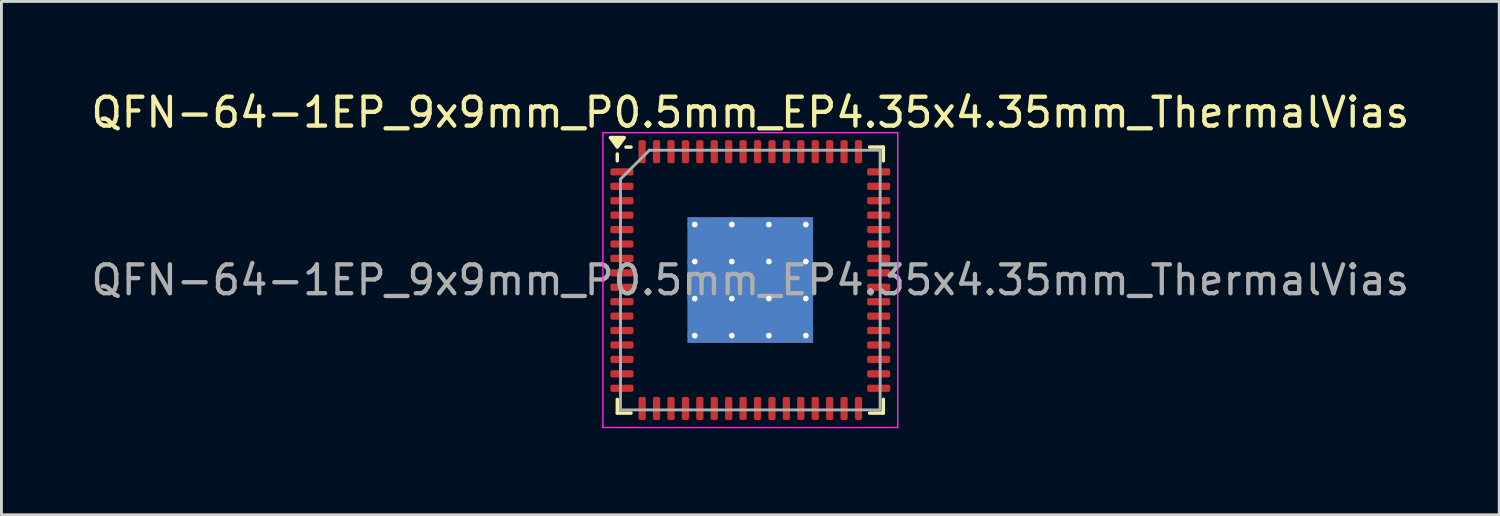
<source format=kicad_pcb>
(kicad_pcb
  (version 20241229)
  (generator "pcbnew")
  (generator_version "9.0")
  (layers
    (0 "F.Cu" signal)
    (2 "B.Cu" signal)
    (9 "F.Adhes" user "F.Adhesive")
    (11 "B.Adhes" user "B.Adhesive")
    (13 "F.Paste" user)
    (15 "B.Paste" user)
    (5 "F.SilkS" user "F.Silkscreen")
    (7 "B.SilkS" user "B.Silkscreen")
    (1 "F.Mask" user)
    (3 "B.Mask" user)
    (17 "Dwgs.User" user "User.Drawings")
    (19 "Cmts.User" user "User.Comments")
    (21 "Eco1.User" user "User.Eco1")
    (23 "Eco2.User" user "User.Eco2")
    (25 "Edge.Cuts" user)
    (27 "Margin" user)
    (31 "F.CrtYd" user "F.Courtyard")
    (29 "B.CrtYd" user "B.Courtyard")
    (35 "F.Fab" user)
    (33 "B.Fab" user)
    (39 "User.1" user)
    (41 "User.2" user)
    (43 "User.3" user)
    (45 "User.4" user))
  (footprint "QFN-64-1EP_9x9mm_P0.5mm_EP4.35x4.35mm_ThermalVias"
    (layer "F.Cu")
    (at 22.958 6.658)
    (property "Reference" "QFN-64-1EP_9x9mm_P0.5mm_EP4.35x4.35mm_ThermalVias" (at 0 -5.81 0) (layer "F.SilkS") (effects (font (size 1 1) (thickness 0.15))))
    (attr smd)
    (fp_line (start -4.61 -4.135) (end -4.61 -4.37) (stroke (width 0.12) (type solid)) (layer "F.SilkS"))
    (fp_line (start -4.61 4.61) (end -4.61 4.135) (stroke (width 0.12) (type solid)) (layer "F.SilkS"))
    (fp_line (start -4.135 -4.61) (end -4.31 -4.61) (stroke (width 0.12) (type solid)) (layer "F.SilkS"))
    (fp_line (start -4.135 4.61) (end -4.61 4.61) (stroke (width 0.12) (type solid)) (layer "F.SilkS"))
    (fp_line (start 4.135 -4.61) (end 4.61 -4.61) (stroke (width 0.12) (type solid)) (layer "F.SilkS"))
    (fp_line (start 4.135 4.61) (end 4.61 4.61) (stroke (width 0.12) (type solid)) (layer "F.SilkS"))
    (fp_line (start 4.61 -4.61) (end 4.61 -4.135) (stroke (width 0.12) (type solid)) (layer "F.SilkS"))
    (fp_line (start 4.61 4.61) (end 4.61 4.135) (stroke (width 0.12) (type solid)) (layer "F.SilkS"))
    (fp_poly (pts (xy -4.61 -4.61) (xy -4.85 -4.94) (xy -4.37 -4.94) (xy -4.61 -4.61)) (stroke (width 0.12) (type solid)) (fill yes) (layer "F.SilkS"))
    (fp_line (start -5.11 -5.11) (end -5.11 5.11) (stroke (width 0.05) (type solid)) (layer "F.CrtYd"))
    (fp_line (start -5.11 5.11) (end 5.11 5.11) (stroke (width 0.05) (type solid)) (layer "F.CrtYd"))
    (fp_line (start 5.11 -5.11) (end -5.11 -5.11) (stroke (width 0.05) (type solid)) (layer "F.CrtYd"))
    (fp_line (start 5.11 5.11) (end 5.11 -5.11) (stroke (width 0.05) (type solid)) (layer "F.CrtYd"))
    (fp_line (start -4.5 -3.5) (end -3.5 -4.5) (stroke (width 0.1) (type solid)) (layer "F.Fab"))
    (fp_line (start -4.5 4.5) (end -4.5 -3.5) (stroke (width 0.1) (type solid)) (layer "F.Fab"))
    (fp_line (start -3.5 -4.5) (end 4.5 -4.5) (stroke (width 0.1) (type solid)) (layer "F.Fab"))
    (fp_line (start 4.5 -4.5) (end 4.5 4.5) (stroke (width 0.1) (type solid)) (layer "F.Fab"))
    (fp_line (start 4.5 4.5) (end -4.5 4.5) (stroke (width 0.1) (type solid)) (layer "F.Fab"))
    (fp_text user "${REFERENCE}" (at 0 0 0) (layer "F.Fab") (effects (font (size 1 1) (thickness 0.15))))
    (pad "" smd roundrect (at -1.283 -1.283) (size 1.123 1.123) (layers "F.Paste") (roundrect_rratio 0.223))
    (pad "" smd roundrect (at -1.283 0) (size 1.123 1.123) (layers "F.Paste") (roundrect_rratio 0.223))
    (pad "" smd roundrect (at -1.283 1.283) (size 1.123 1.123) (layers "F.Paste") (roundrect_rratio 0.223))
    (pad "" smd roundrect (at 0 -1.283) (size 1.123 1.123) (layers "F.Paste") (roundrect_rratio 0.223))
    (pad "" smd roundrect (at 0 0) (size 1.123 1.123) (layers "F.Paste") (roundrect_rratio 0.223))
    (pad "" smd roundrect (at 0 1.283) (size 1.123 1.123) (layers "F.Paste") (roundrect_rratio 0.223))
    (pad "" smd roundrect (at 1.283 -1.283) (size 1.123 1.123) (layers "F.Paste") (roundrect_rratio 0.223))
    (pad "" smd roundrect (at 1.283 0) (size 1.123 1.123) (layers "F.Paste") (roundrect_rratio 0.223))
    (pad "" smd roundrect (at 1.283 1.283) (size 1.123 1.123) (layers "F.Paste") (roundrect_rratio 0.223))
    (pad "1" smd roundrect (at -4.45 -3.75) (size 0.8 0.25) (layers "F.Cu" "F.Mask" "F.Paste") (roundrect_rratio 0.25))
    (pad "2" smd roundrect (at -4.45 -3.25) (size 0.8 0.25) (layers "F.Cu" "F.Mask" "F.Paste") (roundrect_rratio 0.25))
    (pad "3" smd roundrect (at -4.45 -2.75) (size 0.8 0.25) (layers "F.Cu" "F.Mask" "F.Paste") (roundrect_rratio 0.25))
    (pad "4" smd roundrect (at -4.45 -2.25) (size 0.8 0.25) (layers "F.Cu" "F.Mask" "F.Paste") (roundrect_rratio 0.25))
    (pad "5" smd roundrect (at -4.45 -1.75) (size 0.8 0.25) (layers "F.Cu" "F.Mask" "F.Paste") (roundrect_rratio 0.25))
    (pad "6" smd roundrect (at -4.45 -1.25) (size 0.8 0.25) (layers "F.Cu" "F.Mask" "F.Paste") (roundrect_rratio 0.25))
    (pad "7" smd roundrect (at -4.45 -0.75) (size 0.8 0.25) (layers "F.Cu" "F.Mask" "F.Paste") (roundrect_rratio 0.25))
    (pad "8" smd roundrect (at -4.45 -0.25) (size 0.8 0.25) (layers "F.Cu" "F.Mask" "F.Paste") (roundrect_rratio 0.25))
    (pad "9" smd roundrect (at -4.45 0.25) (size 0.8 0.25) (layers "F.Cu" "F.Mask" "F.Paste") (roundrect_rratio 0.25))
    (pad "10" smd roundrect (at -4.45 0.75) (size 0.8 0.25) (layers "F.Cu" "F.Mask" "F.Paste") (roundrect_rratio 0.25))
    (pad "11" smd roundrect (at -4.45 1.25) (size 0.8 0.25) (layers "F.Cu" "F.Mask" "F.Paste") (roundrect_rratio 0.25))
    (pad "12" smd roundrect (at -4.45 1.75) (size 0.8 0.25) (layers "F.Cu" "F.Mask" "F.Paste") (roundrect_rratio 0.25))
    (pad "13" smd roundrect (at -4.45 2.25) (size 0.8 0.25) (layers "F.Cu" "F.Mask" "F.Paste") (roundrect_rratio 0.25))
    (pad "14" smd roundrect (at -4.45 2.75) (size 0.8 0.25) (layers "F.Cu" "F.Mask" "F.Paste") (roundrect_rratio 0.25))
    (pad "15" smd roundrect (at -4.45 3.25) (size 0.8 0.25) (layers "F.Cu" "F.Mask" "F.Paste") (roundrect_rratio 0.25))
    (pad "16" smd roundrect (at -4.45 3.75) (size 0.8 0.25) (layers "F.Cu" "F.Mask" "F.Paste") (roundrect_rratio 0.25))
    (pad "17" smd roundrect (at -3.75 4.45) (size 0.25 0.8) (layers "F.Cu" "F.Mask" "F.Paste") (roundrect_rratio 0.25))
    (pad "18" smd roundrect (at -3.25 4.45) (size 0.25 0.8) (layers "F.Cu" "F.Mask" "F.Paste") (roundrect_rratio 0.25))
    (pad "19" smd roundrect (at -2.75 4.45) (size 0.25 0.8) (layers "F.Cu" "F.Mask" "F.Paste") (roundrect_rratio 0.25))
    (pad "20" smd roundrect (at -2.25 4.45) (size 0.25 0.8) (layers "F.Cu" "F.Mask" "F.Paste") (roundrect_rratio 0.25))
    (pad "21" smd roundrect (at -1.75 4.45) (size 0.25 0.8) (layers "F.Cu" "F.Mask" "F.Paste") (roundrect_rratio 0.25))
    (pad "22" smd roundrect (at -1.25 4.45) (size 0.25 0.8) (layers "F.Cu" "F.Mask" "F.Paste") (roundrect_rratio 0.25))
    (pad "23" smd roundrect (at -0.75 4.45) (size 0.25 0.8) (layers "F.Cu" "F.Mask" "F.Paste") (roundrect_rratio 0.25))
    (pad "24" smd roundrect (at -0.25 4.45) (size 0.25 0.8) (layers "F.Cu" "F.Mask" "F.Paste") (roundrect_rratio 0.25))
    (pad "25" smd roundrect (at 0.25 4.45) (size 0.25 0.8) (layers "F.Cu" "F.Mask" "F.Paste") (roundrect_rratio 0.25))
    (pad "26" smd roundrect (at 0.75 4.45) (size 0.25 0.8) (layers "F.Cu" "F.Mask" "F.Paste") (roundrect_rratio 0.25))
    (pad "27" smd roundrect (at 1.25 4.45) (size 0.25 0.8) (layers "F.Cu" "F.Mask" "F.Paste") (roundrect_rratio 0.25))
    (pad "28" smd roundrect (at 1.75 4.45) (size 0.25 0.8) (layers "F.Cu" "F.Mask" "F.Paste") (roundrect_rratio 0.25))
    (pad "29" smd roundrect (at 2.25 4.45) (size 0.25 0.8) (layers "F.Cu" "F.Mask" "F.Paste") (roundrect_rratio 0.25))
    (pad "30" smd roundrect (at 2.75 4.45) (size 0.25 0.8) (layers "F.Cu" "F.Mask" "F.Paste") (roundrect_rratio 0.25))
    (pad "31" smd roundrect (at 3.25 4.45) (size 0.25 0.8) (layers "F.Cu" "F.Mask" "F.Paste") (roundrect_rratio 0.25))
    (pad "32" smd roundrect (at 3.75 4.45) (size 0.25 0.8) (layers "F.Cu" "F.Mask" "F.Paste") (roundrect_rratio 0.25))
    (pad "33" smd roundrect (at 4.45 3.75) (size 0.8 0.25) (layers "F.Cu" "F.Mask" "F.Paste") (roundrect_rratio 0.25))
    (pad "34" smd roundrect (at 4.45 3.25) (size 0.8 0.25) (layers "F.Cu" "F.Mask" "F.Paste") (roundrect_rratio 0.25))
    (pad "35" smd roundrect (at 4.45 2.75) (size 0.8 0.25) (layers "F.Cu" "F.Mask" "F.Paste") (roundrect_rratio 0.25))
    (pad "36" smd roundrect (at 4.45 2.25) (size 0.8 0.25) (layers "F.Cu" "F.Mask" "F.Paste") (roundrect_rratio 0.25))
    (pad "37" smd roundrect (at 4.45 1.75) (size 0.8 0.25) (layers "F.Cu" "F.Mask" "F.Paste") (roundrect_rratio 0.25))
    (pad "38" smd roundrect (at 4.45 1.25) (size 0.8 0.25) (layers "F.Cu" "F.Mask" "F.Paste") (roundrect_rratio 0.25))
    (pad "39" smd roundrect (at 4.45 0.75) (size 0.8 0.25) (layers "F.Cu" "F.Mask" "F.Paste") (roundrect_rratio 0.25))
    (pad "40" smd roundrect (at 4.45 0.25) (size 0.8 0.25) (layers "F.Cu" "F.Mask" "F.Paste") (roundrect_rratio 0.25))
    (pad "41" smd roundrect (at 4.45 -0.25) (size 0.8 0.25) (layers "F.Cu" "F.Mask" "F.Paste") (roundrect_rratio 0.25))
    (pad "42" smd roundrect (at 4.45 -0.75) (size 0.8 0.25) (layers "F.Cu" "F.Mask" "F.Paste") (roundrect_rratio 0.25))
    (pad "43" smd roundrect (at 4.45 -1.25) (size 0.8 0.25) (layers "F.Cu" "F.Mask" "F.Paste") (roundrect_rratio 0.25))
    (pad "44" smd roundrect (at 4.45 -1.75) (size 0.8 0.25) (layers "F.Cu" "F.Mask" "F.Paste") (roundrect_rratio 0.25))
    (pad "45" smd roundrect (at 4.45 -2.25) (size 0.8 0.25) (layers "F.Cu" "F.Mask" "F.Paste") (roundrect_rratio 0.25))
    (pad "46" smd roundrect (at 4.45 -2.75) (size 0.8 0.25) (layers "F.Cu" "F.Mask" "F.Paste") (roundrect_rratio 0.25))
    (pad "47" smd roundrect (at 4.45 -3.25) (size 0.8 0.25) (layers "F.Cu" "F.Mask" "F.Paste") (roundrect_rratio 0.25))
    (pad "48" smd roundrect (at 4.45 -3.75) (size 0.8 0.25) (layers "F.Cu" "F.Mask" "F.Paste") (roundrect_rratio 0.25))
    (pad "49" smd roundrect (at 3.75 -4.45) (size 0.25 0.8) (layers "F.Cu" "F.Mask" "F.Paste") (roundrect_rratio 0.25))
    (pad "50" smd roundrect (at 3.25 -4.45) (size 0.25 0.8) (layers "F.Cu" "F.Mask" "F.Paste") (roundrect_rratio 0.25))
    (pad "51" smd roundrect (at 2.75 -4.45) (size 0.25 0.8) (layers "F.Cu" "F.Mask" "F.Paste") (roundrect_rratio 0.25))
    (pad "52" smd roundrect (at 2.25 -4.45) (size 0.25 0.8) (layers "F.Cu" "F.Mask" "F.Paste") (roundrect_rratio 0.25))
    (pad "53" smd roundrect (at 1.75 -4.45) (size 0.25 0.8) (layers "F.Cu" "F.Mask" "F.Paste") (roundrect_rratio 0.25))
    (pad "54" smd roundrect (at 1.25 -4.45) (size 0.25 0.8) (layers "F.Cu" "F.Mask" "F.Paste") (roundrect_rratio 0.25))
    (pad "55" smd roundrect (at 0.75 -4.45) (size 0.25 0.8) (layers "F.Cu" "F.Mask" "F.Paste") (roundrect_rratio 0.25))
    (pad "56" smd roundrect (at 0.25 -4.45) (size 0.25 0.8) (layers "F.Cu" "F.Mask" "F.Paste") (roundrect_rratio 0.25))
    (pad "57" smd roundrect (at -0.25 -4.45) (size 0.25 0.8) (layers "F.Cu" "F.Mask" "F.Paste") (roundrect_rratio 0.25))
    (pad "58" smd roundrect (at -0.75 -4.45) (size 0.25 0.8) (layers "F.Cu" "F.Mask" "F.Paste") (roundrect_rratio 0.25))
    (pad "59" smd roundrect (at -1.25 -4.45) (size 0.25 0.8) (layers "F.Cu" "F.Mask" "F.Paste") (roundrect_rratio 0.25))
    (pad "60" smd roundrect (at -1.75 -4.45) (size 0.25 0.8) (layers "F.Cu" "F.Mask" "F.Paste") (roundrect_rratio 0.25))
    (pad "61" smd roundrect (at -2.25 -4.45) (size 0.25 0.8) (layers "F.Cu" "F.Mask" "F.Paste") (roundrect_rratio 0.25))
    (pad "62" smd roundrect (at -2.75 -4.45) (size 0.25 0.8) (layers "F.Cu" "F.Mask" "F.Paste") (roundrect_rratio 0.25))
    (pad "63" smd roundrect (at -3.25 -4.45) (size 0.25 0.8) (layers "F.Cu" "F.Mask" "F.Paste") (roundrect_rratio 0.25))
    (pad "64" smd roundrect (at -3.75 -4.45) (size 0.25 0.8) (layers "F.Cu" "F.Mask" "F.Paste") (roundrect_rratio 0.25))
    (pad "65" thru_hole circle (at -1.925 -1.925) (size 0.5 0.5) (drill 0.2) (property pad_prop_heatsink) (layers "*.Cu"))
    (pad "65" thru_hole circle (at -1.925 -0.642) (size 0.5 0.5) (drill 0.2) (property pad_prop_heatsink) (layers "*.Cu"))
    (pad "65" thru_hole circle (at -1.925 0.642) (size 0.5 0.5) (drill 0.2) (property pad_prop_heatsink) (layers "*.Cu"))
    (pad "65" thru_hole circle (at -1.925 1.925) (size 0.5 0.5) (drill 0.2) (property pad_prop_heatsink) (layers "*.Cu"))
    (pad "65" thru_hole circle (at -0.642 -1.925) (size 0.5 0.5) (drill 0.2) (property pad_prop_heatsink) (layers "*.Cu"))
    (pad "65" thru_hole circle (at -0.642 -0.642) (size 0.5 0.5) (drill 0.2) (property pad_prop_heatsink) (layers "*.Cu"))
    (pad "65" thru_hole circle (at -0.642 0.642) (size 0.5 0.5) (drill 0.2) (property pad_prop_heatsink) (layers "*.Cu"))
    (pad "65" thru_hole circle (at -0.642 1.925) (size 0.5 0.5) (drill 0.2) (property pad_prop_heatsink) (layers "*.Cu"))
    (pad "65" smd rect (at 0 0) (size 4.35 4.35) (property pad_prop_heatsink) (layers "F.Cu" "F.Mask"))
    (pad "65" smd rect (at 0 0) (size 4.35 4.35) (property pad_prop_heatsink) (layers "B.Cu"))
    (pad "65" thru_hole circle (at 0.642 -1.925) (size 0.5 0.5) (drill 0.2) (property pad_prop_heatsink) (layers "*.Cu"))
    (pad "65" thru_hole circle (at 0.642 -0.642) (size 0.5 0.5) (drill 0.2) (property pad_prop_heatsink) (layers "*.Cu"))
    (pad "65" thru_hole circle (at 0.642 0.642) (size 0.5 0.5) (drill 0.2) (property pad_prop_heatsink) (layers "*.Cu"))
    (pad "65" thru_hole circle (at 0.642 1.925) (size 0.5 0.5) (drill 0.2) (property pad_prop_heatsink) (layers "*.Cu"))
    (pad "65" thru_hole circle (at 1.925 -1.925) (size 0.5 0.5) (drill 0.2) (property pad_prop_heatsink) (layers "*.Cu"))
    (pad "65" thru_hole circle (at 1.925 -0.642) (size 0.5 0.5) (drill 0.2) (property pad_prop_heatsink) (layers "*.Cu"))
    (pad "65" thru_hole circle (at 1.925 0.642) (size 0.5 0.5) (drill 0.2) (property pad_prop_heatsink) (layers "*.Cu"))
    (pad "65" thru_hole circle (at 1.925 1.925) (size 0.5 0.5) (drill 0.2) (property pad_prop_heatsink) (layers "*.Cu")))
  (gr_rect
    (start -3 -3)
    (end 48.917 14.793)
    (stroke (width 0.1) (type default))
    (fill no)
    (layer "Edge.Cuts")))
</source>
